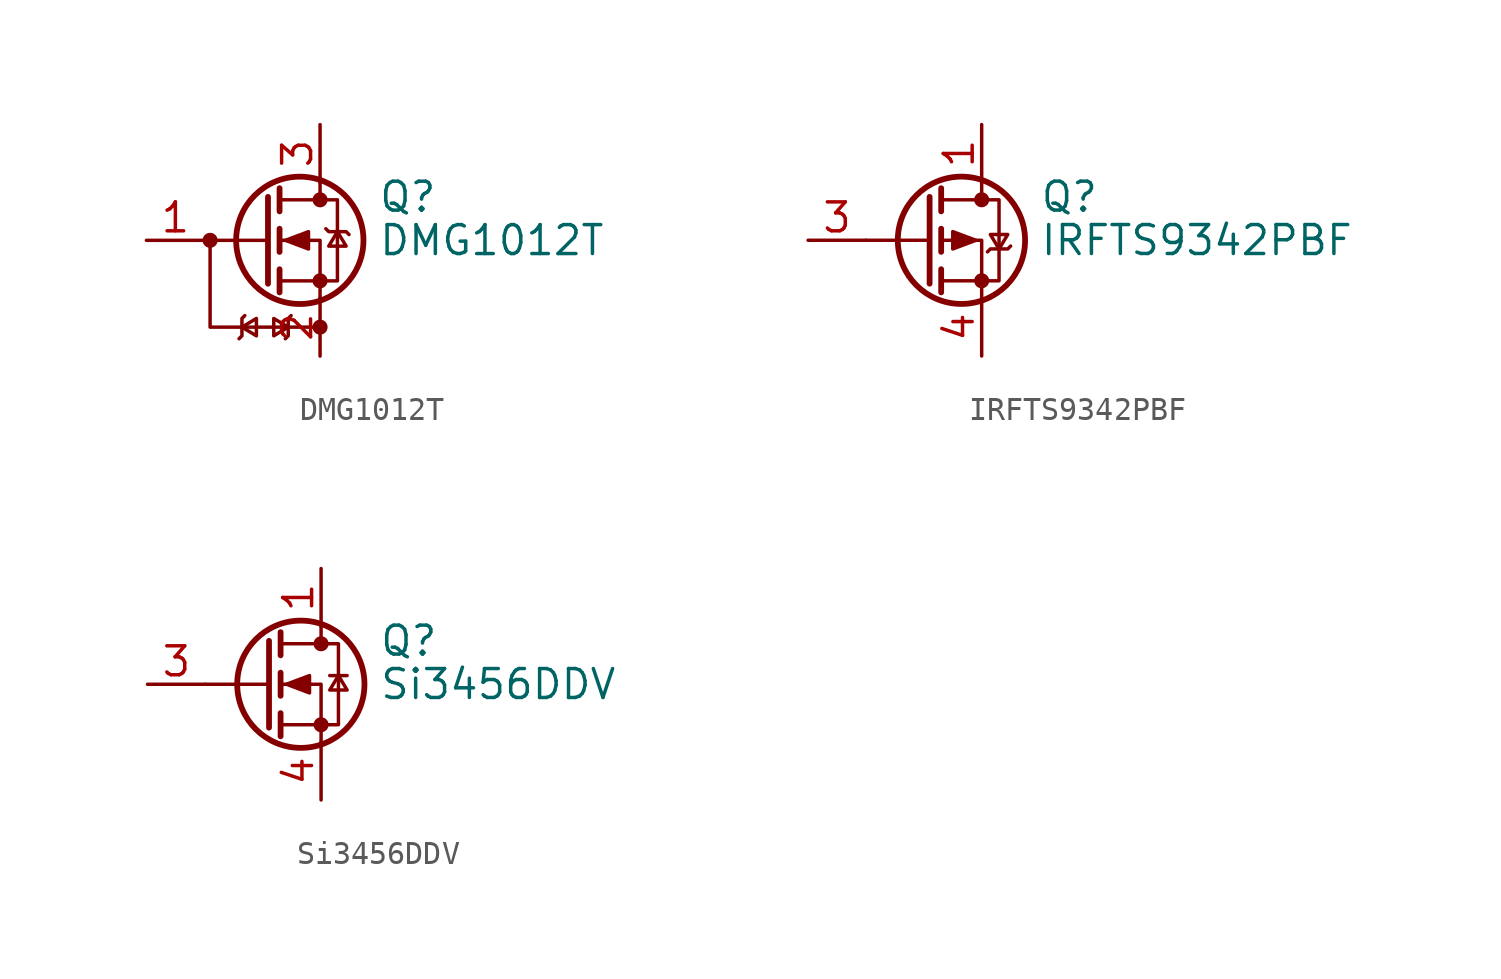
<source format=kicad_sym>
(kicad_symbol_lib
  (version 20201005)
  (generator kicad_symbol_editor)
  (symbol "Transistor_FET:DMG1012T"
    (pin_names
      (offset 0) hide)
    (property "Reference" "Q"
      (at 5.08 1.905 0)
      (effects (font (size 1.27 1.27)) (justify left)))
    (property "Value" "DMG1012T"
      (at 5.08 0 0)
      (effects (font (size 1.27 1.27)) (justify left)))
    (symbol "DMG1012T_0_1"
      (polyline (pts (xy 2.54 -3.81) (xy -2.286 -3.81) (xy -2.286 0)) (stroke (width 0)) (fill (type none))))
    (symbol "DMG1012T_1_1"
      (circle (center -2.286 0) (radius 0.254) (stroke (width 0)) (fill (type outline)))
      (circle (center 1.651 0) (radius 2.794) (stroke (width 0.254)) (fill (type none)))
      (circle (center 2.54 -3.81) (radius 0.254) (stroke (width 0)) (fill (type outline)))
      (circle (center 2.54 -1.778) (radius 0.254) (stroke (width 0)) (fill (type outline)))
      (circle (center 2.54 1.778) (radius 0.254) (stroke (width 0)) (fill (type outline)))
      (polyline (pts (xy 0.254 0) (xy -2.54 0)) (stroke (width 0)) (fill (type none)))
      (polyline (pts (xy 0.254 1.905) (xy 0.254 -1.905)) (stroke (width 0.254)) (fill (type none)))
      (polyline (pts (xy 0.762 -1.27) (xy 0.762 -2.286)) (stroke (width 0.254)) (fill (type none)))
      (polyline (pts (xy 0.762 0.508) (xy 0.762 -0.508)) (stroke (width 0.254)) (fill (type none)))
      (polyline (pts (xy 0.762 2.286) (xy 0.762 1.27)) (stroke (width 0.254)) (fill (type none)))
      (polyline (pts (xy 2.54 2.54) (xy 2.54 1.778)) (stroke (width 0)) (fill (type none)))
      (polyline (pts (xy 2.54 -2.54) (xy 2.54 0) (xy 0.762 0)) (stroke (width 0)) (fill (type none)))
      (polyline (pts (xy -1.016 -4.318) (xy -0.889 -4.191) (xy -0.889 -3.429) (xy -0.762 -3.302)) (stroke (width 0)) (fill (type none)))
      (polyline (pts (xy -0.889 -3.81) (xy -0.254 -4.191) (xy -0.254 -3.429) (xy -0.889 -3.81)) (stroke (width 0)) (fill (type none)))
      (polyline (pts (xy 0.762 -1.778) (xy 3.302 -1.778) (xy 3.302 1.778) (xy 0.762 1.778)) (stroke (width 0)) (fill (type none)))
      (polyline (pts (xy 1.016 0) (xy 2.032 0.381) (xy 2.032 -0.381) (xy 1.016 0)) (stroke (width 0)) (fill (type outline)))
      (polyline (pts (xy 1.143 -3.81) (xy 0.508 -3.429) (xy 0.508 -4.191) (xy 1.143 -3.81)) (stroke (width 0)) (fill (type none)))
      (polyline (pts (xy 1.27 -3.302) (xy 1.143 -3.429) (xy 1.143 -4.191) (xy 1.016 -4.318)) (stroke (width 0)) (fill (type none)))
      (polyline (pts (xy 2.794 0.508) (xy 2.921 0.381) (xy 3.683 0.381) (xy 3.81 0.254)) (stroke (width 0)) (fill (type none)))
      (polyline (pts (xy 3.302 0.381) (xy 2.921 -0.254) (xy 3.683 -0.254) (xy 3.302 0.381)) (stroke (width 0)) (fill (type none)))
      (pin input line (at -5.08 0 0) (length 2.54) (name "G" (effects (font (size 1.27 1.27)))) (number "1" (effects (font (size 1.27 1.27)))))
      (pin passive line (at 2.54 -5.08 90) (length 2.54) (name "S" (effects (font (size 1.27 1.27)))) (number "2" (effects (font (size 1.27 1.27)))))
      (pin passive line (at 2.54 5.08 270) (length 2.54) (name "D" (effects (font (size 1.27 1.27)))) (number "3" (effects (font (size 1.27 1.27)))))))
  (symbol "Transistor_FET:IRFTS9342PBF"
    (pin_names hide)
    (property "Reference" "Q"
      (at 5.08 1.905 0)
      (effects (font (size 1.27 1.27)) (justify left)))
    (property "Value" "IRFTS9342PBF"
      (at 5.08 0 0)
      (effects (font (size 1.27 1.27)) (justify left)))
    (symbol "IRFTS9342PBF_0_1"
      (circle (center 1.651 0) (radius 2.794) (stroke (width 0.254)) (fill (type none)))
      (circle (center 2.54 -1.778) (radius 0.254) (stroke (width 0)) (fill (type outline)))
      (circle (center 2.54 1.778) (radius 0.254) (stroke (width 0)) (fill (type outline)))
      (polyline (pts (xy 0.254 0) (xy -2.54 0)) (stroke (width 0)) (fill (type none)))
      (polyline (pts (xy 0.254 1.905) (xy 0.254 -1.905)) (stroke (width 0.254)) (fill (type none)))
      (polyline (pts (xy 0.762 -1.27) (xy 0.762 -2.286)) (stroke (width 0.254)) (fill (type none)))
      (polyline (pts (xy 0.762 0.508) (xy 0.762 -0.508)) (stroke (width 0.254)) (fill (type none)))
      (polyline (pts (xy 0.762 2.286) (xy 0.762 1.27)) (stroke (width 0.254)) (fill (type none)))
      (polyline (pts (xy 2.54 2.54) (xy 2.54 1.778)) (stroke (width 0)) (fill (type none)))
      (polyline (pts (xy 2.54 -2.54) (xy 2.54 0) (xy 0.762 0)) (stroke (width 0)) (fill (type none)))
      (polyline (pts (xy 0.762 1.778) (xy 3.302 1.778) (xy 3.302 -1.778) (xy 0.762 -1.778)) (stroke (width 0)) (fill (type none)))
      (polyline (pts (xy 2.286 0) (xy 1.27 0.381) (xy 1.27 -0.381) (xy 2.286 0)) (stroke (width 0)) (fill (type outline)))
      (polyline (pts (xy 2.794 -0.508) (xy 2.921 -0.381) (xy 3.683 -0.381) (xy 3.81 -0.254)) (stroke (width 0)) (fill (type none)))
      (polyline (pts (xy 3.302 -0.381) (xy 2.921 0.254) (xy 3.683 0.254) (xy 3.302 -0.381)) (stroke (width 0)) (fill (type none))))
    (symbol "IRFTS9342PBF_1_1"
      (pin passive line (at 2.54 5.08 270) (length 2.54) (name "D" (effects (font (size 1.27 1.27)))) (number "1" (effects (font (size 1.27 1.27)))))
      (pin passive line (at 2.54 5.08 270) (length 2.54) hide (name "D" (effects (font (size 1.27 1.27)))) (number "2" (effects (font (size 1.27 1.27)))))
      (pin input line (at -5.08 0 0) (length 2.54) (name "G" (effects (font (size 1.27 1.27)))) (number "3" (effects (font (size 1.27 1.27)))))
      (pin passive line (at 2.54 -5.08 90) (length 2.54) (name "S" (effects (font (size 1.27 1.27)))) (number "4" (effects (font (size 1.27 1.27)))))
      (pin passive line (at 2.54 5.08 270) (length 2.54) hide (name "D" (effects (font (size 1.27 1.27)))) (number "5" (effects (font (size 1.27 1.27)))))
      (pin passive line (at 2.54 5.08 270) (length 2.54) hide (name "D" (effects (font (size 1.27 1.27)))) (number "6" (effects (font (size 1.27 1.27)))))))
  (symbol "Transistor_FET:Si3456DDV"
    (pin_names hide)
    (property "Reference" "Q"
      (at 5.08 1.905 0)
      (effects (font (size 1.27 1.27)) (justify left)))
    (property "Value" "Si3456DDV"
      (at 5.08 0 0)
      (effects (font (size 1.27 1.27)) (justify left)))
    (symbol "Si3456DDV_0_1"
      (circle (center 1.651 0) (radius 2.794) (stroke (width 0.254)) (fill (type none)))
      (circle (center 2.54 -1.778) (radius 0.254) (stroke (width 0)) (fill (type outline)))
      (circle (center 2.54 1.778) (radius 0.254) (stroke (width 0)) (fill (type outline)))
      (polyline (pts (xy 0.254 0) (xy -2.54 0)) (stroke (width 0)) (fill (type none)))
      (polyline (pts (xy 0.254 1.905) (xy 0.254 -1.905)) (stroke (width 0.254)) (fill (type none)))
      (polyline (pts (xy 0.762 -1.27) (xy 0.762 -2.286)) (stroke (width 0.254)) (fill (type none)))
      (polyline (pts (xy 0.762 0.508) (xy 0.762 -0.508)) (stroke (width 0.254)) (fill (type none)))
      (polyline (pts (xy 0.762 2.286) (xy 0.762 1.27)) (stroke (width 0.254)) (fill (type none)))
      (polyline (pts (xy 2.54 2.54) (xy 2.54 1.778)) (stroke (width 0)) (fill (type none)))
      (polyline (pts (xy 2.921 0.381) (xy 3.683 0.381)) (stroke (width 0)) (fill (type none)))
      (polyline (pts (xy 2.54 -2.54) (xy 2.54 0) (xy 0.762 0)) (stroke (width 0)) (fill (type none)))
      (polyline (pts (xy 0.762 -1.778) (xy 3.302 -1.778) (xy 3.302 1.778) (xy 0.762 1.778)) (stroke (width 0)) (fill (type none)))
      (polyline (pts (xy 1.016 0) (xy 2.032 0.381) (xy 2.032 -0.381) (xy 1.016 0)) (stroke (width 0)) (fill (type outline)))
      (polyline (pts (xy 3.302 0.381) (xy 2.921 -0.254) (xy 3.683 -0.254) (xy 3.302 0.381)) (stroke (width 0)) (fill (type none))))
    (symbol "Si3456DDV_1_1"
      (pin passive line (at 2.54 5.08 270) (length 2.54) (name "D" (effects (font (size 1.27 1.27)))) (number "1" (effects (font (size 1.27 1.27)))))
      (pin passive line (at 2.54 5.08 270) (length 2.54) hide (name "D" (effects (font (size 1.27 1.27)))) (number "2" (effects (font (size 1.27 1.27)))))
      (pin input line (at -5.08 0 0) (length 2.54) (name "G" (effects (font (size 1.27 1.27)))) (number "3" (effects (font (size 1.27 1.27)))))
      (pin passive line (at 2.54 -5.08 90) (length 2.54) (name "S" (effects (font (size 1.27 1.27)))) (number "4" (effects (font (size 1.27 1.27)))))
      (pin passive line (at 2.54 5.08 270) (length 2.54) hide (name "D" (effects (font (size 1.27 1.27)))) (number "5" (effects (font (size 1.27 1.27)))))
      (pin passive line (at 2.54 5.08 270) (length 2.54) hide (name "D" (effects (font (size 1.27 1.27)))) (number "6" (effects (font (size 1.27 1.27))))))))
</source>
